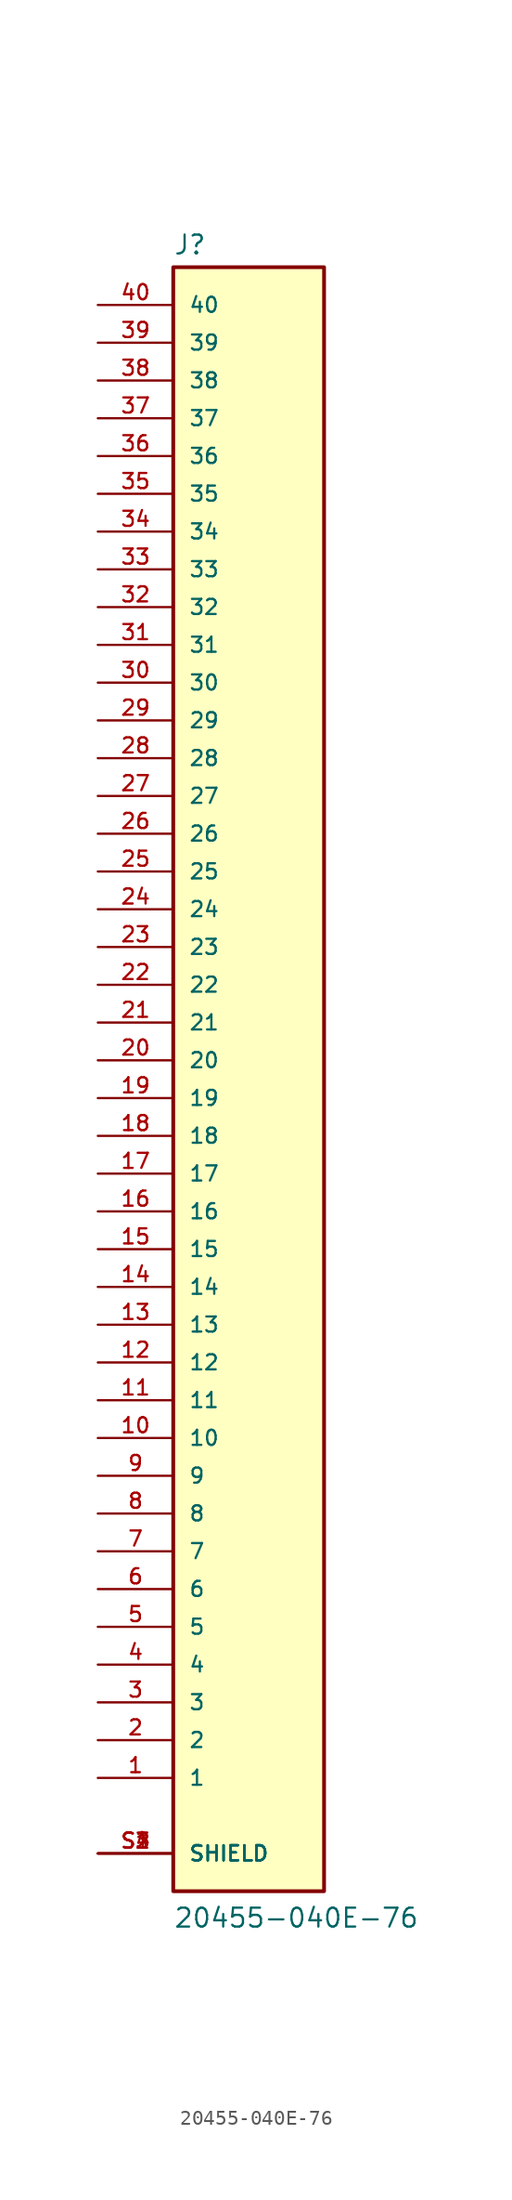
<source format=kicad_sym>
(kicad_symbol_lib
  (version 20231120)
  (generator "kicad_symbol_editor")
  (generator_version "8.99")
  (symbol "20455-040E-76"
    (pin_names
      (offset 1.016))
    (property "Reference" "J"
      (at -5.08 54.102 0)
      (effects (font (size 1.27 1.27)) (justify left bottom)))
    (property "Value" "20455-040E-76"
      (at -5.08 -58.42 0)
      (effects (font (size 1.27 1.27)) (justify left bottom)))
    (symbol "20455-040E-76_0_0"
      (rectangle (start -5.08 53.34) (end 5.08 -55.88) (stroke (width 0.254) (type default)) (fill (type background)))
      (pin passive line (at -10.16 -48.26 0) (length 5.08) (name "1" (effects (font (size 1.016 1.016)))) (number "1" (effects (font (size 1.016 1.016)))))
      (pin passive line (at -10.16 -25.4 0) (length 5.08) (name "10" (effects (font (size 1.016 1.016)))) (number "10" (effects (font (size 1.016 1.016)))))
      (pin passive line (at -10.16 -22.86 0) (length 5.08) (name "11" (effects (font (size 1.016 1.016)))) (number "11" (effects (font (size 1.016 1.016)))))
      (pin passive line (at -10.16 -20.32 0) (length 5.08) (name "12" (effects (font (size 1.016 1.016)))) (number "12" (effects (font (size 1.016 1.016)))))
      (pin passive line (at -10.16 -17.78 0) (length 5.08) (name "13" (effects (font (size 1.016 1.016)))) (number "13" (effects (font (size 1.016 1.016)))))
      (pin passive line (at -10.16 -15.24 0) (length 5.08) (name "14" (effects (font (size 1.016 1.016)))) (number "14" (effects (font (size 1.016 1.016)))))
      (pin passive line (at -10.16 -12.7 0) (length 5.08) (name "15" (effects (font (size 1.016 1.016)))) (number "15" (effects (font (size 1.016 1.016)))))
      (pin passive line (at -10.16 -10.16 0) (length 5.08) (name "16" (effects (font (size 1.016 1.016)))) (number "16" (effects (font (size 1.016 1.016)))))
      (pin passive line (at -10.16 -7.62 0) (length 5.08) (name "17" (effects (font (size 1.016 1.016)))) (number "17" (effects (font (size 1.016 1.016)))))
      (pin passive line (at -10.16 -5.08 0) (length 5.08) (name "18" (effects (font (size 1.016 1.016)))) (number "18" (effects (font (size 1.016 1.016)))))
      (pin passive line (at -10.16 -2.54 0) (length 5.08) (name "19" (effects (font (size 1.016 1.016)))) (number "19" (effects (font (size 1.016 1.016)))))
      (pin passive line (at -10.16 -45.72 0) (length 5.08) (name "2" (effects (font (size 1.016 1.016)))) (number "2" (effects (font (size 1.016 1.016)))))
      (pin passive line (at -10.16 0 0) (length 5.08) (name "20" (effects (font (size 1.016 1.016)))) (number "20" (effects (font (size 1.016 1.016)))))
      (pin passive line (at -10.16 2.54 0) (length 5.08) (name "21" (effects (font (size 1.016 1.016)))) (number "21" (effects (font (size 1.016 1.016)))))
      (pin passive line (at -10.16 5.08 0) (length 5.08) (name "22" (effects (font (size 1.016 1.016)))) (number "22" (effects (font (size 1.016 1.016)))))
      (pin passive line (at -10.16 7.62 0) (length 5.08) (name "23" (effects (font (size 1.016 1.016)))) (number "23" (effects (font (size 1.016 1.016)))))
      (pin passive line (at -10.16 10.16 0) (length 5.08) (name "24" (effects (font (size 1.016 1.016)))) (number "24" (effects (font (size 1.016 1.016)))))
      (pin passive line (at -10.16 12.7 0) (length 5.08) (name "25" (effects (font (size 1.016 1.016)))) (number "25" (effects (font (size 1.016 1.016)))))
      (pin passive line (at -10.16 15.24 0) (length 5.08) (name "26" (effects (font (size 1.016 1.016)))) (number "26" (effects (font (size 1.016 1.016)))))
      (pin passive line (at -10.16 17.78 0) (length 5.08) (name "27" (effects (font (size 1.016 1.016)))) (number "27" (effects (font (size 1.016 1.016)))))
      (pin passive line (at -10.16 20.32 0) (length 5.08) (name "28" (effects (font (size 1.016 1.016)))) (number "28" (effects (font (size 1.016 1.016)))))
      (pin passive line (at -10.16 22.86 0) (length 5.08) (name "29" (effects (font (size 1.016 1.016)))) (number "29" (effects (font (size 1.016 1.016)))))
      (pin passive line (at -10.16 -43.18 0) (length 5.08) (name "3" (effects (font (size 1.016 1.016)))) (number "3" (effects (font (size 1.016 1.016)))))
      (pin passive line (at -10.16 25.4 0) (length 5.08) (name "30" (effects (font (size 1.016 1.016)))) (number "30" (effects (font (size 1.016 1.016)))))
      (pin passive line (at -10.16 27.94 0) (length 5.08) (name "31" (effects (font (size 1.016 1.016)))) (number "31" (effects (font (size 1.016 1.016)))))
      (pin passive line (at -10.16 30.48 0) (length 5.08) (name "32" (effects (font (size 1.016 1.016)))) (number "32" (effects (font (size 1.016 1.016)))))
      (pin passive line (at -10.16 33.02 0) (length 5.08) (name "33" (effects (font (size 1.016 1.016)))) (number "33" (effects (font (size 1.016 1.016)))))
      (pin passive line (at -10.16 35.56 0) (length 5.08) (name "34" (effects (font (size 1.016 1.016)))) (number "34" (effects (font (size 1.016 1.016)))))
      (pin passive line (at -10.16 38.1 0) (length 5.08) (name "35" (effects (font (size 1.016 1.016)))) (number "35" (effects (font (size 1.016 1.016)))))
      (pin passive line (at -10.16 40.64 0) (length 5.08) (name "36" (effects (font (size 1.016 1.016)))) (number "36" (effects (font (size 1.016 1.016)))))
      (pin passive line (at -10.16 43.18 0) (length 5.08) (name "37" (effects (font (size 1.016 1.016)))) (number "37" (effects (font (size 1.016 1.016)))))
      (pin passive line (at -10.16 45.72 0) (length 5.08) (name "38" (effects (font (size 1.016 1.016)))) (number "38" (effects (font (size 1.016 1.016)))))
      (pin passive line (at -10.16 48.26 0) (length 5.08) (name "39" (effects (font (size 1.016 1.016)))) (number "39" (effects (font (size 1.016 1.016)))))
      (pin passive line (at -10.16 -40.64 0) (length 5.08) (name "4" (effects (font (size 1.016 1.016)))) (number "4" (effects (font (size 1.016 1.016)))))
      (pin passive line (at -10.16 50.8 0) (length 5.08) (name "40" (effects (font (size 1.016 1.016)))) (number "40" (effects (font (size 1.016 1.016)))))
      (pin passive line (at -10.16 -38.1 0) (length 5.08) (name "5" (effects (font (size 1.016 1.016)))) (number "5" (effects (font (size 1.016 1.016)))))
      (pin passive line (at -10.16 -35.56 0) (length 5.08) (name "6" (effects (font (size 1.016 1.016)))) (number "6" (effects (font (size 1.016 1.016)))))
      (pin passive line (at -10.16 -33.02 0) (length 5.08) (name "7" (effects (font (size 1.016 1.016)))) (number "7" (effects (font (size 1.016 1.016)))))
      (pin passive line (at -10.16 -30.48 0) (length 5.08) (name "8" (effects (font (size 1.016 1.016)))) (number "8" (effects (font (size 1.016 1.016)))))
      (pin passive line (at -10.16 -27.94 0) (length 5.08) (name "9" (effects (font (size 1.016 1.016)))) (number "9" (effects (font (size 1.016 1.016)))))
      (pin passive line (at -10.16 -53.34 0) (length 5.08) (name "SHIELD" (effects (font (size 1.016 1.016)))) (number "S1" (effects (font (size 1.016 1.016)))))
      (pin passive line (at -10.16 -53.34 0) (length 5.08) (name "SHIELD" (effects (font (size 1.016 1.016)))) (number "S2" (effects (font (size 1.016 1.016)))))
      (pin passive line (at -10.16 -53.34 0) (length 5.08) (name "SHIELD" (effects (font (size 1.016 1.016)))) (number "S3" (effects (font (size 1.016 1.016)))))
      (pin passive line (at -10.16 -53.34 0) (length 5.08) (name "SHIELD" (effects (font (size 1.016 1.016)))) (number "S4" (effects (font (size 1.016 1.016))))))))
</source>
